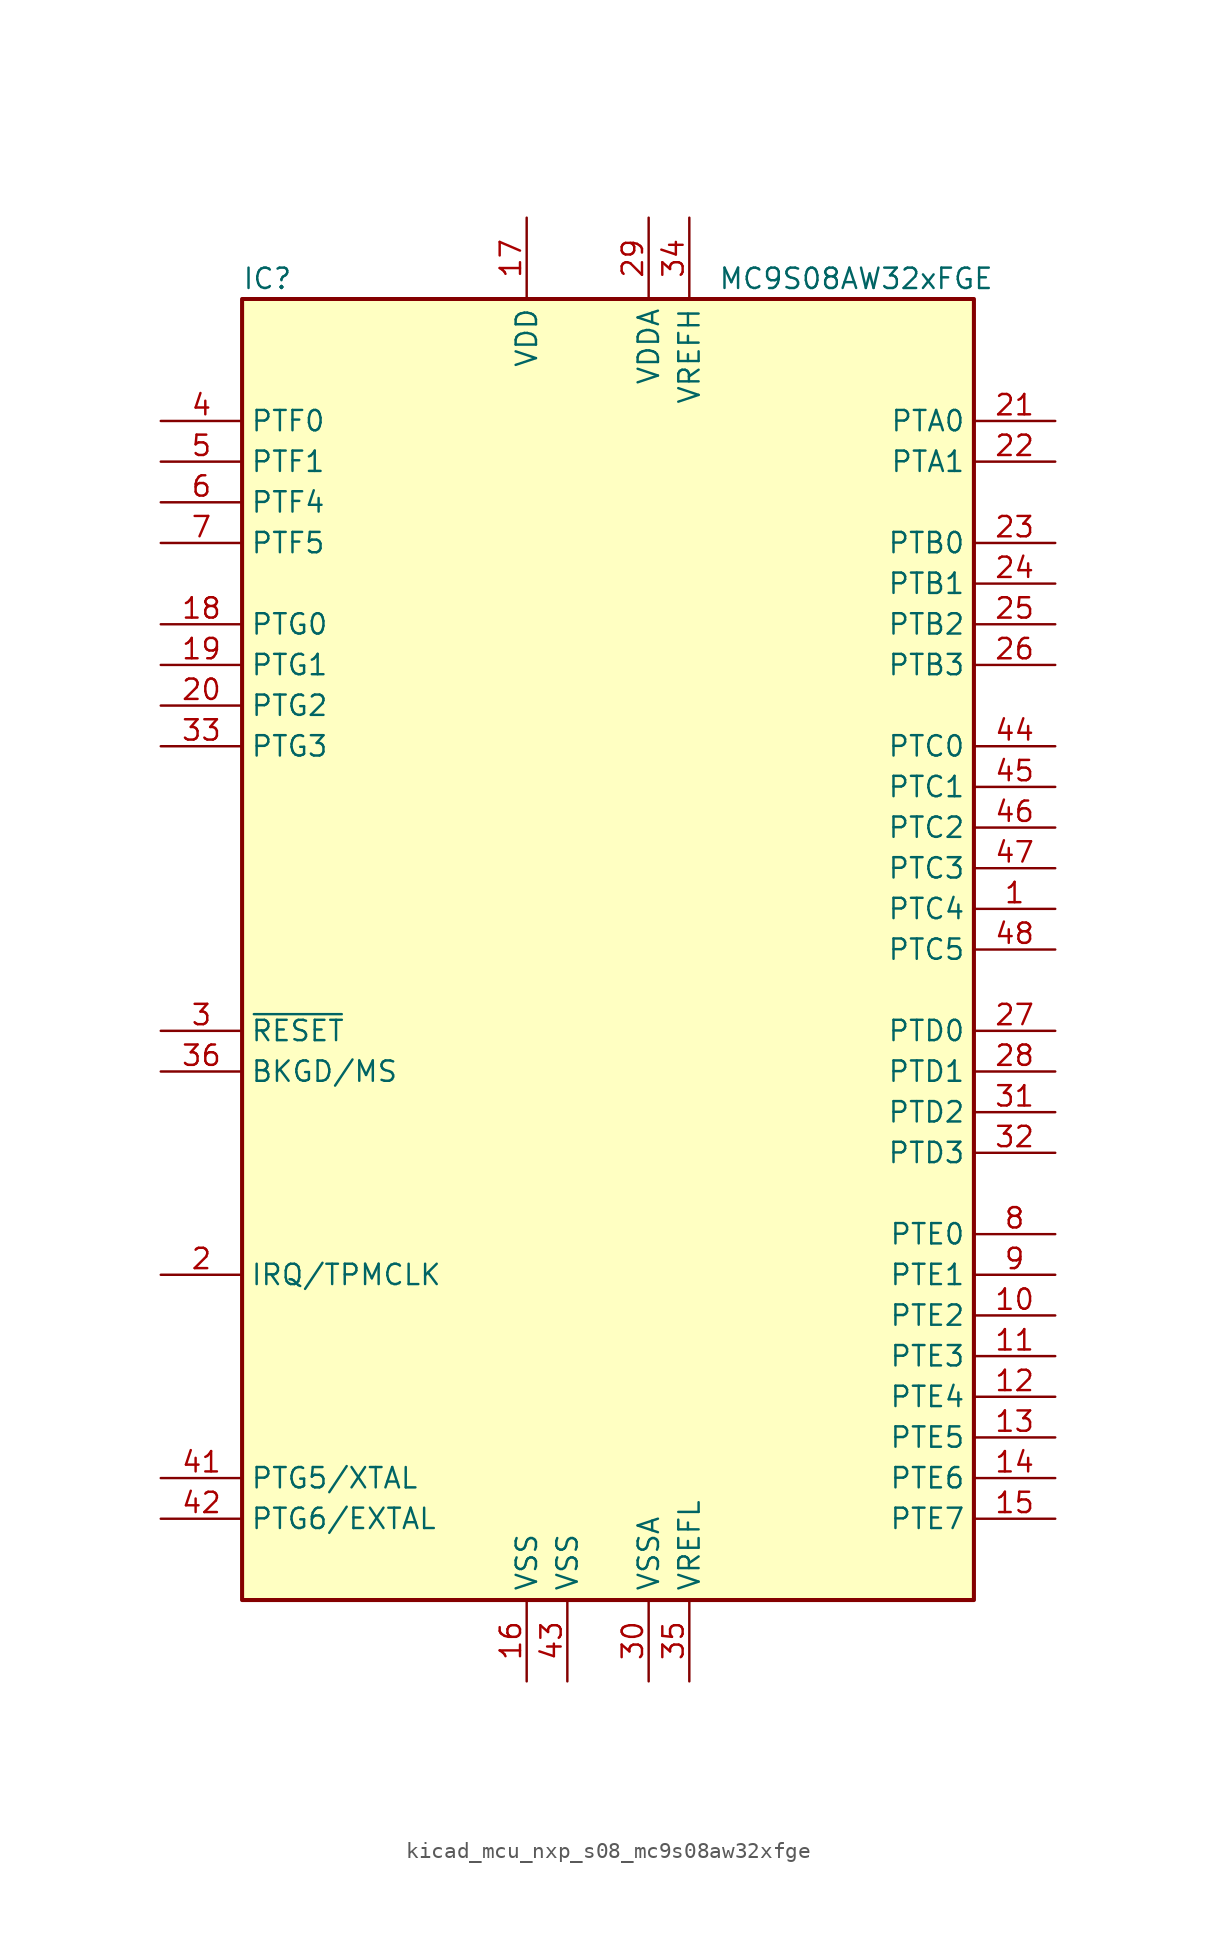
<source format=kicad_sym>
(kicad_symbol_lib
  (version 20220914)
  (generator kicad_symbol_editor)
  (symbol "kicad_mcu_nxp_s08_mc9s08aw32xfge"
    (property "Reference" "IC"
      (at -22.86 41.91 0)
      (effects (font (size 1.27 1.27)) (justify left)))
    (property "Value" "MC9S08AW32xFGE"
      (at 24.13 41.91 0)
      (effects (font (size 1.27 1.27)) (justify right)))
    (symbol "kicad_mcu_nxp_s08_mc9s08aw32xfge_0_1"
      (rectangle (start -22.86 40.64) (end 22.86 -40.64) (stroke (width 0.254) (type default)) (fill (type background))))
    (symbol "kicad_mcu_nxp_s08_mc9s08aw32xfge_1_1"
      (pin bidirectional line (at 27.94 2.54 180) (length 5.08) (name "PTC4" (effects (font (size 1.27 1.27)))) (number "1" (effects (font (size 1.27 1.27)))))
      (pin bidirectional line (at 27.94 -22.86 180) (length 5.08) (name "PTE2" (effects (font (size 1.27 1.27)))) (number "10" (effects (font (size 1.27 1.27)))))
      (pin bidirectional line (at 27.94 -25.4 180) (length 5.08) (name "PTE3" (effects (font (size 1.27 1.27)))) (number "11" (effects (font (size 1.27 1.27)))))
      (pin bidirectional line (at 27.94 -27.94 180) (length 5.08) (name "PTE4" (effects (font (size 1.27 1.27)))) (number "12" (effects (font (size 1.27 1.27)))))
      (pin bidirectional line (at 27.94 -30.48 180) (length 5.08) (name "PTE5" (effects (font (size 1.27 1.27)))) (number "13" (effects (font (size 1.27 1.27)))))
      (pin bidirectional line (at 27.94 -33.02 180) (length 5.08) (name "PTE6" (effects (font (size 1.27 1.27)))) (number "14" (effects (font (size 1.27 1.27)))))
      (pin bidirectional line (at 27.94 -35.56 180) (length 5.08) (name "PTE7" (effects (font (size 1.27 1.27)))) (number "15" (effects (font (size 1.27 1.27)))))
      (pin power_in line (at -5.08 -45.72 90) (length 5.08) (name "VSS" (effects (font (size 1.27 1.27)))) (number "16" (effects (font (size 1.27 1.27)))))
      (pin power_in line (at -5.08 45.72 270) (length 5.08) (name "VDD" (effects (font (size 1.27 1.27)))) (number "17" (effects (font (size 1.27 1.27)))))
      (pin bidirectional line (at -27.94 20.32 0) (length 5.08) (name "PTG0" (effects (font (size 1.27 1.27)))) (number "18" (effects (font (size 1.27 1.27)))))
      (pin bidirectional line (at -27.94 17.78 0) (length 5.08) (name "PTG1" (effects (font (size 1.27 1.27)))) (number "19" (effects (font (size 1.27 1.27)))))
      (pin input line (at -27.94 -20.32 0) (length 5.08) (name "IRQ/TPMCLK" (effects (font (size 1.27 1.27)))) (number "2" (effects (font (size 1.27 1.27)))))
      (pin bidirectional line (at -27.94 15.24 0) (length 5.08) (name "PTG2" (effects (font (size 1.27 1.27)))) (number "20" (effects (font (size 1.27 1.27)))))
      (pin bidirectional line (at 27.94 33.02 180) (length 5.08) (name "PTA0" (effects (font (size 1.27 1.27)))) (number "21" (effects (font (size 1.27 1.27)))))
      (pin bidirectional line (at 27.94 30.48 180) (length 5.08) (name "PTA1" (effects (font (size 1.27 1.27)))) (number "22" (effects (font (size 1.27 1.27)))))
      (pin bidirectional line (at 27.94 25.4 180) (length 5.08) (name "PTB0" (effects (font (size 1.27 1.27)))) (number "23" (effects (font (size 1.27 1.27)))))
      (pin bidirectional line (at 27.94 22.86 180) (length 5.08) (name "PTB1" (effects (font (size 1.27 1.27)))) (number "24" (effects (font (size 1.27 1.27)))))
      (pin bidirectional line (at 27.94 20.32 180) (length 5.08) (name "PTB2" (effects (font (size 1.27 1.27)))) (number "25" (effects (font (size 1.27 1.27)))))
      (pin bidirectional line (at 27.94 17.78 180) (length 5.08) (name "PTB3" (effects (font (size 1.27 1.27)))) (number "26" (effects (font (size 1.27 1.27)))))
      (pin bidirectional line (at 27.94 -5.08 180) (length 5.08) (name "PTD0" (effects (font (size 1.27 1.27)))) (number "27" (effects (font (size 1.27 1.27)))))
      (pin bidirectional line (at 27.94 -7.62 180) (length 5.08) (name "PTD1" (effects (font (size 1.27 1.27)))) (number "28" (effects (font (size 1.27 1.27)))))
      (pin power_in line (at 2.54 45.72 270) (length 5.08) (name "VDDA" (effects (font (size 1.27 1.27)))) (number "29" (effects (font (size 1.27 1.27)))))
      (pin input line (at -27.94 -5.08 0) (length 5.08) (name "~{RESET}" (effects (font (size 1.27 1.27)))) (number "3" (effects (font (size 1.27 1.27)))))
      (pin power_in line (at 2.54 -45.72 90) (length 5.08) (name "VSSA" (effects (font (size 1.27 1.27)))) (number "30" (effects (font (size 1.27 1.27)))))
      (pin bidirectional line (at 27.94 -10.16 180) (length 5.08) (name "PTD2" (effects (font (size 1.27 1.27)))) (number "31" (effects (font (size 1.27 1.27)))))
      (pin bidirectional line (at 27.94 -12.7 180) (length 5.08) (name "PTD3" (effects (font (size 1.27 1.27)))) (number "32" (effects (font (size 1.27 1.27)))))
      (pin bidirectional line (at -27.94 12.7 0) (length 5.08) (name "PTG3" (effects (font (size 1.27 1.27)))) (number "33" (effects (font (size 1.27 1.27)))))
      (pin power_in line (at 5.08 45.72 270) (length 5.08) (name "VREFH" (effects (font (size 1.27 1.27)))) (number "34" (effects (font (size 1.27 1.27)))))
      (pin power_in line (at 5.08 -45.72 90) (length 5.08) (name "VREFL" (effects (font (size 1.27 1.27)))) (number "35" (effects (font (size 1.27 1.27)))))
      (pin bidirectional line (at -27.94 -7.62 0) (length 5.08) (name "BKGD/MS" (effects (font (size 1.27 1.27)))) (number "36" (effects (font (size 1.27 1.27)))))
      (pin bidirectional line (at -27.94 33.02 0) (length 5.08) (name "PTF0" (effects (font (size 1.27 1.27)))) (number "4" (effects (font (size 1.27 1.27)))))
      (pin bidirectional line (at -27.94 -33.02 0) (length 5.08) (name "PTG5/XTAL" (effects (font (size 1.27 1.27)))) (number "41" (effects (font (size 1.27 1.27)))))
      (pin bidirectional line (at -27.94 -35.56 0) (length 5.08) (name "PTG6/EXTAL" (effects (font (size 1.27 1.27)))) (number "42" (effects (font (size 1.27 1.27)))))
      (pin power_in line (at -2.54 -45.72 90) (length 5.08) (name "VSS" (effects (font (size 1.27 1.27)))) (number "43" (effects (font (size 1.27 1.27)))))
      (pin bidirectional line (at 27.94 12.7 180) (length 5.08) (name "PTC0" (effects (font (size 1.27 1.27)))) (number "44" (effects (font (size 1.27 1.27)))))
      (pin bidirectional line (at 27.94 10.16 180) (length 5.08) (name "PTC1" (effects (font (size 1.27 1.27)))) (number "45" (effects (font (size 1.27 1.27)))))
      (pin bidirectional line (at 27.94 7.62 180) (length 5.08) (name "PTC2" (effects (font (size 1.27 1.27)))) (number "46" (effects (font (size 1.27 1.27)))))
      (pin bidirectional line (at 27.94 5.08 180) (length 5.08) (name "PTC3" (effects (font (size 1.27 1.27)))) (number "47" (effects (font (size 1.27 1.27)))))
      (pin bidirectional line (at 27.94 0 180) (length 5.08) (name "PTC5" (effects (font (size 1.27 1.27)))) (number "48" (effects (font (size 1.27 1.27)))))
      (pin bidirectional line (at -27.94 30.48 0) (length 5.08) (name "PTF1" (effects (font (size 1.27 1.27)))) (number "5" (effects (font (size 1.27 1.27)))))
      (pin bidirectional line (at -27.94 27.94 0) (length 5.08) (name "PTF4" (effects (font (size 1.27 1.27)))) (number "6" (effects (font (size 1.27 1.27)))))
      (pin bidirectional line (at -27.94 25.4 0) (length 5.08) (name "PTF5" (effects (font (size 1.27 1.27)))) (number "7" (effects (font (size 1.27 1.27)))))
      (pin bidirectional line (at 27.94 -17.78 180) (length 5.08) (name "PTE0" (effects (font (size 1.27 1.27)))) (number "8" (effects (font (size 1.27 1.27)))))
      (pin bidirectional line (at 27.94 -20.32 180) (length 5.08) (name "PTE1" (effects (font (size 1.27 1.27)))) (number "9" (effects (font (size 1.27 1.27))))))))
</source>
